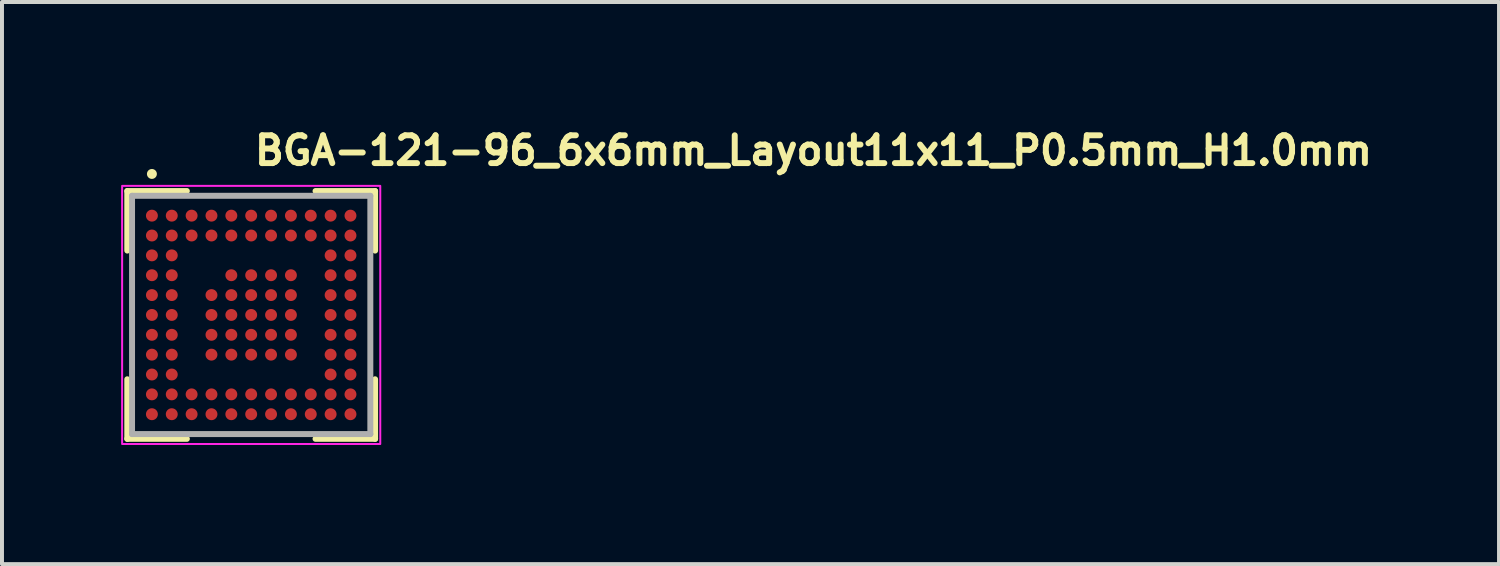
<source format=kicad_pcb>
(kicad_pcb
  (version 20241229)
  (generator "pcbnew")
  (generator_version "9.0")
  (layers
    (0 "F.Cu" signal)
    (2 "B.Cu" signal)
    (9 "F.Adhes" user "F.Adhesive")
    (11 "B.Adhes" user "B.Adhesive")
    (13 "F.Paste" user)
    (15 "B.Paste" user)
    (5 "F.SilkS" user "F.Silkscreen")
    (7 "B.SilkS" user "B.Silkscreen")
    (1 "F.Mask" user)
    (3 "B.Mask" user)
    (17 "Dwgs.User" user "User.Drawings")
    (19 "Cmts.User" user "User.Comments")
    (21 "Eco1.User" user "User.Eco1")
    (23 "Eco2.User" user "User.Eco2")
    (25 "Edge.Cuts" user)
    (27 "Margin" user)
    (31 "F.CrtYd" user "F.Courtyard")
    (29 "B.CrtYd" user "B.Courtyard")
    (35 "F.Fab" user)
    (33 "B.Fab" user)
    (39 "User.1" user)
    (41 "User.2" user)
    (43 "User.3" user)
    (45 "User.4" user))
  (footprint "BGA-121-96_6x6mm_Layout11x11_P0.5mm_H1.0mm"
    (layer "F.Cu")
    (at 3.275 4.88)
    (property "Reference" "BGA-121-96_6x6mm_Layout11x11_P0.5mm_H1.0mm" (at 0.01 -3.73 0) (layer "F.SilkS") (effects (font (size 0.7 0.7) (thickness 0.15)) (justify left bottom)))
    (attr smd)
    (fp_line (start -3.12 -3.12) (end -1.62 -3.12) (stroke (width 0.15) (type solid)) (layer "F.SilkS"))
    (fp_line (start -3.12 -1.62) (end -3.12 -3.12) (stroke (width 0.15) (type solid)) (layer "F.SilkS"))
    (fp_line (start -3.12 3.12) (end -3.12 1.62) (stroke (width 0.15) (type solid)) (layer "F.SilkS"))
    (fp_line (start -1.62 3.12) (end -3.12 3.12) (stroke (width 0.15) (type solid)) (layer "F.SilkS"))
    (fp_line (start 1.62 -3.12) (end 3.12 -3.12) (stroke (width 0.15) (type solid)) (layer "F.SilkS"))
    (fp_line (start 1.62 3.12) (end 3.12 3.12) (stroke (width 0.15) (type solid)) (layer "F.SilkS"))
    (fp_line (start 3.12 -3.12) (end 3.12 -1.62) (stroke (width 0.15) (type solid)) (layer "F.SilkS"))
    (fp_line (start 3.12 3.12) (end 3.12 1.62) (stroke (width 0.15) (type solid)) (layer "F.SilkS"))
    (fp_circle (center -2.5 -3.55) (end -2.45 -3.55) (stroke (width 0.15) (type solid)) (fill yes) (layer "F.SilkS"))
    (fp_rect (start -3.25 -3.25) (end 3.25 3.25) (stroke (width 0.05) (type solid)) (fill no) (layer "F.CrtYd"))
    (fp_line (start -3 -3) (end -3 3) (stroke (width 0.15) (type solid)) (layer "F.Fab"))
    (fp_line (start -3 3) (end 3 3) (stroke (width 0.15) (type solid)) (layer "F.Fab"))
    (fp_line (start 3 -3) (end -3 -3) (stroke (width 0.15) (type solid)) (layer "F.Fab"))
    (fp_line (start 3 3) (end 3 -3) (stroke (width 0.15) (type solid)) (layer "F.Fab"))
    (fp_rect (start -3 -3) (end 3 3) (stroke (width 0.1) (type solid)) (fill no) (layer "User.5"))
    (fp_line (start -3 -3) (end -3 3) (stroke (width 0.02) (type solid)) (layer "User.9"))
    (fp_line (start -3 -3) (end 3 -3) (stroke (width 0.02) (type solid)) (layer "User.9"))
    (fp_line (start -3 3) (end 3 3) (stroke (width 0.02) (type solid)) (layer "User.9"))
    (fp_line (start -2.72 -2.52) (end -2.716 -2.559) (stroke (width 0.02) (type solid)) (layer "User.9"))
    (fp_line (start -2.716 -2.559) (end -2.705 -2.597) (stroke (width 0.02) (type solid)) (layer "User.9"))
    (fp_line (start -2.716 -2.481) (end -2.72 -2.52) (stroke (width 0.02) (type solid)) (layer "User.9"))
    (fp_line (start -2.705 -2.597) (end -2.686 -2.631) (stroke (width 0.02) (type solid)) (layer "User.9"))
    (fp_line (start -2.705 -2.443) (end -2.716 -2.481) (stroke (width 0.02) (type solid)) (layer "User.9"))
    (fp_line (start -2.686 -2.631) (end -2.661 -2.661) (stroke (width 0.02) (type solid)) (layer "User.9"))
    (fp_line (start -2.686 -2.409) (end -2.705 -2.443) (stroke (width 0.02) (type solid)) (layer "User.9"))
    (fp_line (start -2.661 -2.661) (end -2.631 -2.686) (stroke (width 0.02) (type solid)) (layer "User.9"))
    (fp_line (start -2.661 -2.379) (end -2.686 -2.409) (stroke (width 0.02) (type solid)) (layer "User.9"))
    (fp_line (start -2.631 -2.686) (end -2.597 -2.705) (stroke (width 0.02) (type solid)) (layer "User.9"))
    (fp_line (start -2.631 -2.354) (end -2.661 -2.379) (stroke (width 0.02) (type solid)) (layer "User.9"))
    (fp_line (start -2.597 -2.705) (end -2.559 -2.716) (stroke (width 0.02) (type solid)) (layer "User.9"))
    (fp_line (start -2.597 -2.335) (end -2.631 -2.354) (stroke (width 0.02) (type solid)) (layer "User.9"))
    (fp_line (start -2.559 -2.716) (end -2.52 -2.72) (stroke (width 0.02) (type solid)) (layer "User.9"))
    (fp_line (start -2.559 -2.324) (end -2.597 -2.335) (stroke (width 0.02) (type solid)) (layer "User.9"))
    (fp_line (start -2.52 -2.72) (end -2.481 -2.716) (stroke (width 0.02) (type solid)) (layer "User.9"))
    (fp_line (start -2.52 -2.32) (end -2.559 -2.324) (stroke (width 0.02) (type solid)) (layer "User.9"))
    (fp_line (start -2.481 -2.716) (end -2.443 -2.705) (stroke (width 0.02) (type solid)) (layer "User.9"))
    (fp_line (start -2.481 -2.324) (end -2.52 -2.32) (stroke (width 0.02) (type solid)) (layer "User.9"))
    (fp_line (start -2.443 -2.705) (end -2.409 -2.686) (stroke (width 0.02) (type solid)) (layer "User.9"))
    (fp_line (start -2.443 -2.335) (end -2.481 -2.324) (stroke (width 0.02) (type solid)) (layer "User.9"))
    (fp_line (start -2.409 -2.686) (end -2.379 -2.661) (stroke (width 0.02) (type solid)) (layer "User.9"))
    (fp_line (start -2.409 -2.354) (end -2.443 -2.335) (stroke (width 0.02) (type solid)) (layer "User.9"))
    (fp_line (start -2.379 -2.661) (end -2.354 -2.631) (stroke (width 0.02) (type solid)) (layer "User.9"))
    (fp_line (start -2.379 -2.379) (end -2.409 -2.354) (stroke (width 0.02) (type solid)) (layer "User.9"))
    (fp_line (start -2.354 -2.631) (end -2.335 -2.597) (stroke (width 0.02) (type solid)) (layer "User.9"))
    (fp_line (start -2.354 -2.409) (end -2.379 -2.379) (stroke (width 0.02) (type solid)) (layer "User.9"))
    (fp_line (start -2.335 -2.597) (end -2.324 -2.559) (stroke (width 0.02) (type solid)) (layer "User.9"))
    (fp_line (start -2.335 -2.443) (end -2.354 -2.409) (stroke (width 0.02) (type solid)) (layer "User.9"))
    (fp_line (start -2.324 -2.559) (end -2.32 -2.52) (stroke (width 0.02) (type solid)) (layer "User.9"))
    (fp_line (start -2.324 -2.481) (end -2.335 -2.443) (stroke (width 0.02) (type solid)) (layer "User.9"))
    (fp_line (start -2.32 -2.52) (end -2.324 -2.481) (stroke (width 0.02) (type solid)) (layer "User.9"))
    (fp_line (start 3 -3) (end 3 3) (stroke (width 0.02) (type solid)) (layer "User.9"))
    (pad "A1" smd circle (at -2.5 -2.5) (size 0.3 0.3) (layers "F.Cu" "F.Mask" "F.Paste"))
    (pad "A2" smd circle (at -2 -2.5) (size 0.3 0.3) (layers "F.Cu" "F.Mask" "F.Paste"))
    (pad "A3" smd circle (at -1.5 -2.5) (size 0.3 0.3) (layers "F.Cu" "F.Mask" "F.Paste"))
    (pad "A4" smd circle (at -1 -2.5) (size 0.3 0.3) (layers "F.Cu" "F.Mask" "F.Paste"))
    (pad "A5" smd circle (at -0.5 -2.5) (size 0.3 0.3) (layers "F.Cu" "F.Mask" "F.Paste"))
    (pad "A6" smd circle (at 0 -2.5) (size 0.3 0.3) (layers "F.Cu" "F.Mask" "F.Paste"))
    (pad "A7" smd circle (at 0.5 -2.5) (size 0.3 0.3) (layers "F.Cu" "F.Mask" "F.Paste"))
    (pad "A8" smd circle (at 1 -2.5) (size 0.3 0.3) (layers "F.Cu" "F.Mask" "F.Paste"))
    (pad "A9" smd circle (at 1.5 -2.5) (size 0.3 0.3) (layers "F.Cu" "F.Mask" "F.Paste"))
    (pad "A10" smd circle (at 2 -2.5) (size 0.3 0.3) (layers "F.Cu" "F.Mask" "F.Paste"))
    (pad "A11" smd circle (at 2.5 -2.5) (size 0.3 0.3) (layers "F.Cu" "F.Mask" "F.Paste"))
    (pad "B1" smd circle (at -2.5 -2) (size 0.3 0.3) (layers "F.Cu" "F.Mask" "F.Paste"))
    (pad "B2" smd circle (at -2 -2) (size 0.3 0.3) (layers "F.Cu" "F.Mask" "F.Paste"))
    (pad "B3" smd circle (at -1.5 -2) (size 0.3 0.3) (layers "F.Cu" "F.Mask" "F.Paste"))
    (pad "B4" smd circle (at -1 -2) (size 0.3 0.3) (layers "F.Cu" "F.Mask" "F.Paste"))
    (pad "B5" smd circle (at -0.5 -2) (size 0.3 0.3) (layers "F.Cu" "F.Mask" "F.Paste"))
    (pad "B6" smd circle (at 0 -2) (size 0.3 0.3) (layers "F.Cu" "F.Mask" "F.Paste"))
    (pad "B7" smd circle (at 0.5 -2) (size 0.3 0.3) (layers "F.Cu" "F.Mask" "F.Paste"))
    (pad "B8" smd circle (at 1 -2) (size 0.3 0.3) (layers "F.Cu" "F.Mask" "F.Paste"))
    (pad "B9" smd circle (at 1.5 -2) (size 0.3 0.3) (layers "F.Cu" "F.Mask" "F.Paste"))
    (pad "B10" smd circle (at 2 -2) (size 0.3 0.3) (layers "F.Cu" "F.Mask" "F.Paste"))
    (pad "B11" smd circle (at 2.5 -2) (size 0.3 0.3) (layers "F.Cu" "F.Mask" "F.Paste"))
    (pad "C1" smd circle (at -2.5 -1.5) (size 0.3 0.3) (layers "F.Cu" "F.Mask" "F.Paste"))
    (pad "C2" smd circle (at -2 -1.5) (size 0.3 0.3) (layers "F.Cu" "F.Mask" "F.Paste"))
    (pad "C10" smd circle (at 2 -1.5) (size 0.3 0.3) (layers "F.Cu" "F.Mask" "F.Paste"))
    (pad "C11" smd circle (at 2.5 -1.5) (size 0.3 0.3) (layers "F.Cu" "F.Mask" "F.Paste"))
    (pad "D1" smd circle (at -2.5 -1) (size 0.3 0.3) (layers "F.Cu" "F.Mask" "F.Paste"))
    (pad "D2" smd circle (at -2 -1) (size 0.3 0.3) (layers "F.Cu" "F.Mask" "F.Paste"))
    (pad "D5" smd circle (at -0.5 -1) (size 0.3 0.3) (layers "F.Cu" "F.Mask" "F.Paste"))
    (pad "D6" smd circle (at 0 -1) (size 0.3 0.3) (layers "F.Cu" "F.Mask" "F.Paste"))
    (pad "D7" smd circle (at 0.5 -1) (size 0.3 0.3) (layers "F.Cu" "F.Mask" "F.Paste"))
    (pad "D8" smd circle (at 1 -1) (size 0.3 0.3) (layers "F.Cu" "F.Mask" "F.Paste"))
    (pad "D10" smd circle (at 2 -1) (size 0.3 0.3) (layers "F.Cu" "F.Mask" "F.Paste"))
    (pad "D11" smd circle (at 2.5 -1) (size 0.3 0.3) (layers "F.Cu" "F.Mask" "F.Paste"))
    (pad "E1" smd circle (at -2.5 -0.5) (size 0.3 0.3) (layers "F.Cu" "F.Mask" "F.Paste"))
    (pad "E2" smd circle (at -2 -0.5) (size 0.3 0.3) (layers "F.Cu" "F.Mask" "F.Paste"))
    (pad "E4" smd circle (at -1 -0.5) (size 0.3 0.3) (layers "F.Cu" "F.Mask" "F.Paste"))
    (pad "E5" smd circle (at -0.5 -0.5) (size 0.3 0.3) (layers "F.Cu" "F.Mask" "F.Paste"))
    (pad "E6" smd circle (at 0 -0.5) (size 0.3 0.3) (layers "F.Cu" "F.Mask" "F.Paste"))
    (pad "E7" smd circle (at 0.5 -0.5) (size 0.3 0.3) (layers "F.Cu" "F.Mask" "F.Paste"))
    (pad "E8" smd circle (at 1 -0.5) (size 0.3 0.3) (layers "F.Cu" "F.Mask" "F.Paste"))
    (pad "E10" smd circle (at 2 -0.5) (size 0.3 0.3) (layers "F.Cu" "F.Mask" "F.Paste"))
    (pad "E11" smd circle (at 2.5 -0.5) (size 0.3 0.3) (layers "F.Cu" "F.Mask" "F.Paste"))
    (pad "F1" smd circle (at -2.5 0) (size 0.3 0.3) (layers "F.Cu" "F.Mask" "F.Paste"))
    (pad "F2" smd circle (at -2 0) (size 0.3 0.3) (layers "F.Cu" "F.Mask" "F.Paste"))
    (pad "F4" smd circle (at -1 0) (size 0.3 0.3) (layers "F.Cu" "F.Mask" "F.Paste"))
    (pad "F5" smd circle (at -0.5 0) (size 0.3 0.3) (layers "F.Cu" "F.Mask" "F.Paste"))
    (pad "F6" smd circle (at 0 0) (size 0.3 0.3) (layers "F.Cu" "F.Mask" "F.Paste"))
    (pad "F7" smd circle (at 0.5 0) (size 0.3 0.3) (layers "F.Cu" "F.Mask" "F.Paste"))
    (pad "F8" smd circle (at 1 0) (size 0.3 0.3) (layers "F.Cu" "F.Mask" "F.Paste"))
    (pad "F10" smd circle (at 2 0) (size 0.3 0.3) (layers "F.Cu" "F.Mask" "F.Paste"))
    (pad "F11" smd circle (at 2.5 0) (size 0.3 0.3) (layers "F.Cu" "F.Mask" "F.Paste"))
    (pad "G1" smd circle (at -2.5 0.5) (size 0.3 0.3) (layers "F.Cu" "F.Mask" "F.Paste"))
    (pad "G2" smd circle (at -2 0.5) (size 0.3 0.3) (layers "F.Cu" "F.Mask" "F.Paste"))
    (pad "G4" smd circle (at -1 0.5) (size 0.3 0.3) (layers "F.Cu" "F.Mask" "F.Paste"))
    (pad "G5" smd circle (at -0.5 0.5) (size 0.3 0.3) (layers "F.Cu" "F.Mask" "F.Paste"))
    (pad "G6" smd circle (at 0 0.5) (size 0.3 0.3) (layers "F.Cu" "F.Mask" "F.Paste"))
    (pad "G7" smd circle (at 0.5 0.5) (size 0.3 0.3) (layers "F.Cu" "F.Mask" "F.Paste"))
    (pad "G8" smd circle (at 1 0.5) (size 0.3 0.3) (layers "F.Cu" "F.Mask" "F.Paste"))
    (pad "G10" smd circle (at 2 0.5) (size 0.3 0.3) (layers "F.Cu" "F.Mask" "F.Paste"))
    (pad "G11" smd circle (at 2.5 0.5) (size 0.3 0.3) (layers "F.Cu" "F.Mask" "F.Paste"))
    (pad "H1" smd circle (at -2.5 1) (size 0.3 0.3) (layers "F.Cu" "F.Mask" "F.Paste"))
    (pad "H2" smd circle (at -2 1) (size 0.3 0.3) (layers "F.Cu" "F.Mask" "F.Paste"))
    (pad "H4" smd circle (at -1 1) (size 0.3 0.3) (layers "F.Cu" "F.Mask" "F.Paste"))
    (pad "H5" smd circle (at -0.5 1) (size 0.3 0.3) (layers "F.Cu" "F.Mask" "F.Paste"))
    (pad "H6" smd circle (at 0 1) (size 0.3 0.3) (layers "F.Cu" "F.Mask" "F.Paste"))
    (pad "H7" smd circle (at 0.5 1) (size 0.3 0.3) (layers "F.Cu" "F.Mask" "F.Paste"))
    (pad "H8" smd circle (at 1 1) (size 0.3 0.3) (layers "F.Cu" "F.Mask" "F.Paste"))
    (pad "H10" smd circle (at 2 1) (size 0.3 0.3) (layers "F.Cu" "F.Mask" "F.Paste"))
    (pad "H11" smd circle (at 2.5 1) (size 0.3 0.3) (layers "F.Cu" "F.Mask" "F.Paste"))
    (pad "J1" smd circle (at -2.5 1.5) (size 0.3 0.3) (layers "F.Cu" "F.Mask" "F.Paste"))
    (pad "J2" smd circle (at -2 1.5) (size 0.3 0.3) (layers "F.Cu" "F.Mask" "F.Paste"))
    (pad "J10" smd circle (at 2 1.5) (size 0.3 0.3) (layers "F.Cu" "F.Mask" "F.Paste"))
    (pad "J11" smd circle (at 2.5 1.5) (size 0.3 0.3) (layers "F.Cu" "F.Mask" "F.Paste"))
    (pad "K1" smd circle (at -2.5 2) (size 0.3 0.3) (layers "F.Cu" "F.Mask" "F.Paste"))
    (pad "K2" smd circle (at -2 2) (size 0.3 0.3) (layers "F.Cu" "F.Mask" "F.Paste"))
    (pad "K3" smd circle (at -1.5 2) (size 0.3 0.3) (layers "F.Cu" "F.Mask" "F.Paste"))
    (pad "K4" smd circle (at -1 2) (size 0.3 0.3) (layers "F.Cu" "F.Mask" "F.Paste"))
    (pad "K5" smd circle (at -0.5 2) (size 0.3 0.3) (layers "F.Cu" "F.Mask" "F.Paste"))
    (pad "K6" smd circle (at 0 2) (size 0.3 0.3) (layers "F.Cu" "F.Mask" "F.Paste"))
    (pad "K7" smd circle (at 0.5 2) (size 0.3 0.3) (layers "F.Cu" "F.Mask" "F.Paste"))
    (pad "K8" smd circle (at 1 2) (size 0.3 0.3) (layers "F.Cu" "F.Mask" "F.Paste"))
    (pad "K9" smd circle (at 1.5 2) (size 0.3 0.3) (layers "F.Cu" "F.Mask" "F.Paste"))
    (pad "K10" smd circle (at 2 2) (size 0.3 0.3) (layers "F.Cu" "F.Mask" "F.Paste"))
    (pad "K11" smd circle (at 2.5 2) (size 0.3 0.3) (layers "F.Cu" "F.Mask" "F.Paste"))
    (pad "L1" smd circle (at -2.5 2.5) (size 0.3 0.3) (layers "F.Cu" "F.Mask" "F.Paste"))
    (pad "L2" smd circle (at -2 2.5) (size 0.3 0.3) (layers "F.Cu" "F.Mask" "F.Paste"))
    (pad "L3" smd circle (at -1.5 2.5) (size 0.3 0.3) (layers "F.Cu" "F.Mask" "F.Paste"))
    (pad "L4" smd circle (at -1 2.5) (size 0.3 0.3) (layers "F.Cu" "F.Mask" "F.Paste"))
    (pad "L5" smd circle (at -0.5 2.5) (size 0.3 0.3) (layers "F.Cu" "F.Mask" "F.Paste"))
    (pad "L6" smd circle (at 0 2.5) (size 0.3 0.3) (layers "F.Cu" "F.Mask" "F.Paste"))
    (pad "L7" smd circle (at 0.5 2.5) (size 0.3 0.3) (layers "F.Cu" "F.Mask" "F.Paste"))
    (pad "L8" smd circle (at 1 2.5) (size 0.3 0.3) (layers "F.Cu" "F.Mask" "F.Paste"))
    (pad "L9" smd circle (at 1.5 2.5) (size 0.3 0.3) (layers "F.Cu" "F.Mask" "F.Paste"))
    (pad "L10" smd circle (at 2 2.5) (size 0.3 0.3) (layers "F.Cu" "F.Mask" "F.Paste"))
    (pad "L11" smd circle (at 2.5 2.5) (size 0.3 0.3) (layers "F.Cu" "F.Mask" "F.Paste")))
  (gr_rect
    (start -3 -3)
    (end 34.695 11.155)
    (stroke (width 0.1) (type default))
    (fill no)
    (layer "Edge.Cuts")))
</source>
